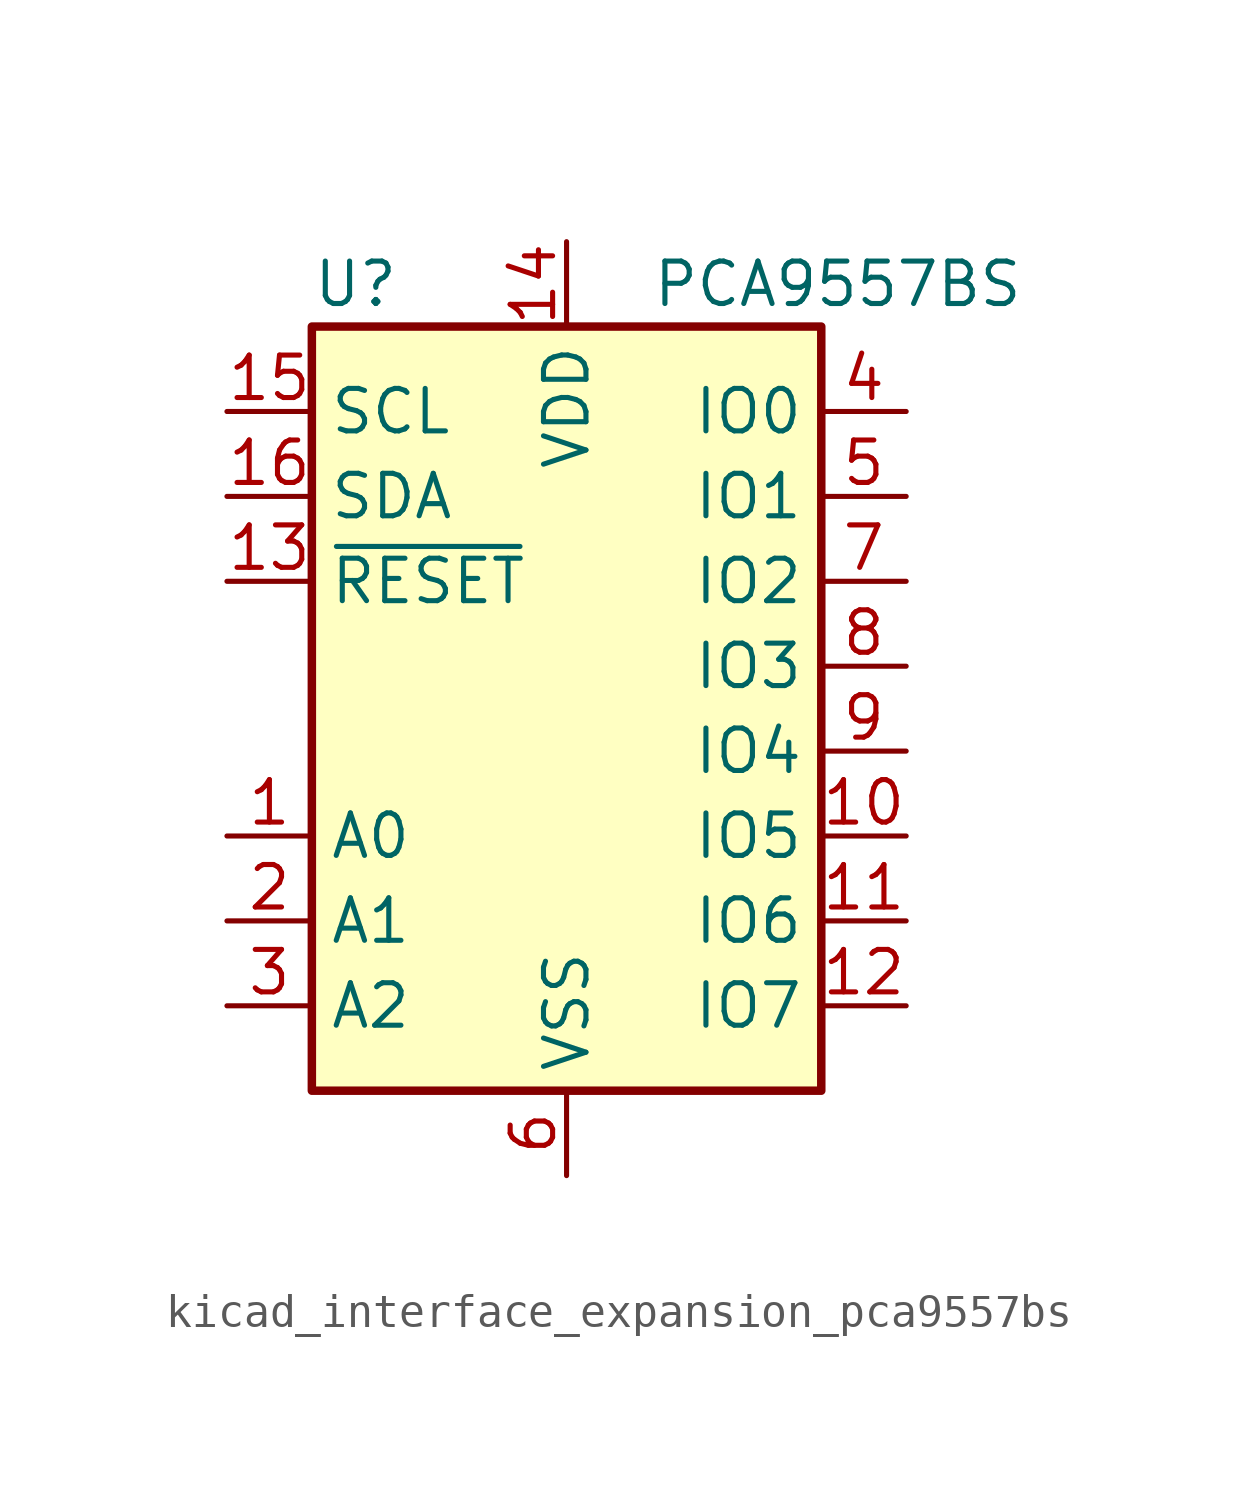
<source format=kicad_sym>
(kicad_symbol_lib
  (version 20220914)
  (generator kicad_symbol_editor)
  (symbol "kicad_interface_expansion_pca9557bs"
    (property "Reference" "U"
      (at -7.62 11.43 0)
      (effects (font (size 1.27 1.27)) (justify left)))
    (property "Value" "PCA9557BS"
      (at 2.54 11.43 0)
      (effects (font (size 1.27 1.27)) (justify left)))
    (symbol "kicad_interface_expansion_pca9557bs_0_1"
      (rectangle (start -7.62 -12.7) (end 7.62 10.16) (stroke (width 0.254) (type default)) (fill (type background))))
    (symbol "kicad_interface_expansion_pca9557bs_1_1"
      (pin input line (at -10.16 -5.08 0) (length 2.54) (name "A0" (effects (font (size 1.27 1.27)))) (number "1" (effects (font (size 1.27 1.27)))))
      (pin bidirectional line (at 10.16 -5.08 180) (length 2.54) (name "IO5" (effects (font (size 1.27 1.27)))) (number "10" (effects (font (size 1.27 1.27)))))
      (pin bidirectional line (at 10.16 -7.62 180) (length 2.54) (name "IO6" (effects (font (size 1.27 1.27)))) (number "11" (effects (font (size 1.27 1.27)))))
      (pin bidirectional line (at 10.16 -10.16 180) (length 2.54) (name "IO7" (effects (font (size 1.27 1.27)))) (number "12" (effects (font (size 1.27 1.27)))))
      (pin input line (at -10.16 2.54 0) (length 2.54) (name "~{RESET}" (effects (font (size 1.27 1.27)))) (number "13" (effects (font (size 1.27 1.27)))))
      (pin power_in line (at 0 12.7 270) (length 2.54) (name "VDD" (effects (font (size 1.27 1.27)))) (number "14" (effects (font (size 1.27 1.27)))))
      (pin input line (at -10.16 7.62 0) (length 2.54) (name "SCL" (effects (font (size 1.27 1.27)))) (number "15" (effects (font (size 1.27 1.27)))))
      (pin bidirectional line (at -10.16 5.08 0) (length 2.54) (name "SDA" (effects (font (size 1.27 1.27)))) (number "16" (effects (font (size 1.27 1.27)))))
      (pin input line (at -10.16 -7.62 0) (length 2.54) (name "A1" (effects (font (size 1.27 1.27)))) (number "2" (effects (font (size 1.27 1.27)))))
      (pin input line (at -10.16 -10.16 0) (length 2.54) (name "A2" (effects (font (size 1.27 1.27)))) (number "3" (effects (font (size 1.27 1.27)))))
      (pin bidirectional line (at 10.16 7.62 180) (length 2.54) (name "IO0" (effects (font (size 1.27 1.27)))) (number "4" (effects (font (size 1.27 1.27)))))
      (pin bidirectional line (at 10.16 5.08 180) (length 2.54) (name "IO1" (effects (font (size 1.27 1.27)))) (number "5" (effects (font (size 1.27 1.27)))))
      (pin power_in line (at 0 -15.24 90) (length 2.54) (name "VSS" (effects (font (size 1.27 1.27)))) (number "6" (effects (font (size 1.27 1.27)))))
      (pin bidirectional line (at 10.16 2.54 180) (length 2.54) (name "IO2" (effects (font (size 1.27 1.27)))) (number "7" (effects (font (size 1.27 1.27)))))
      (pin bidirectional line (at 10.16 0 180) (length 2.54) (name "IO3" (effects (font (size 1.27 1.27)))) (number "8" (effects (font (size 1.27 1.27)))))
      (pin bidirectional line (at 10.16 -2.54 180) (length 2.54) (name "IO4" (effects (font (size 1.27 1.27)))) (number "9" (effects (font (size 1.27 1.27))))))))
</source>
